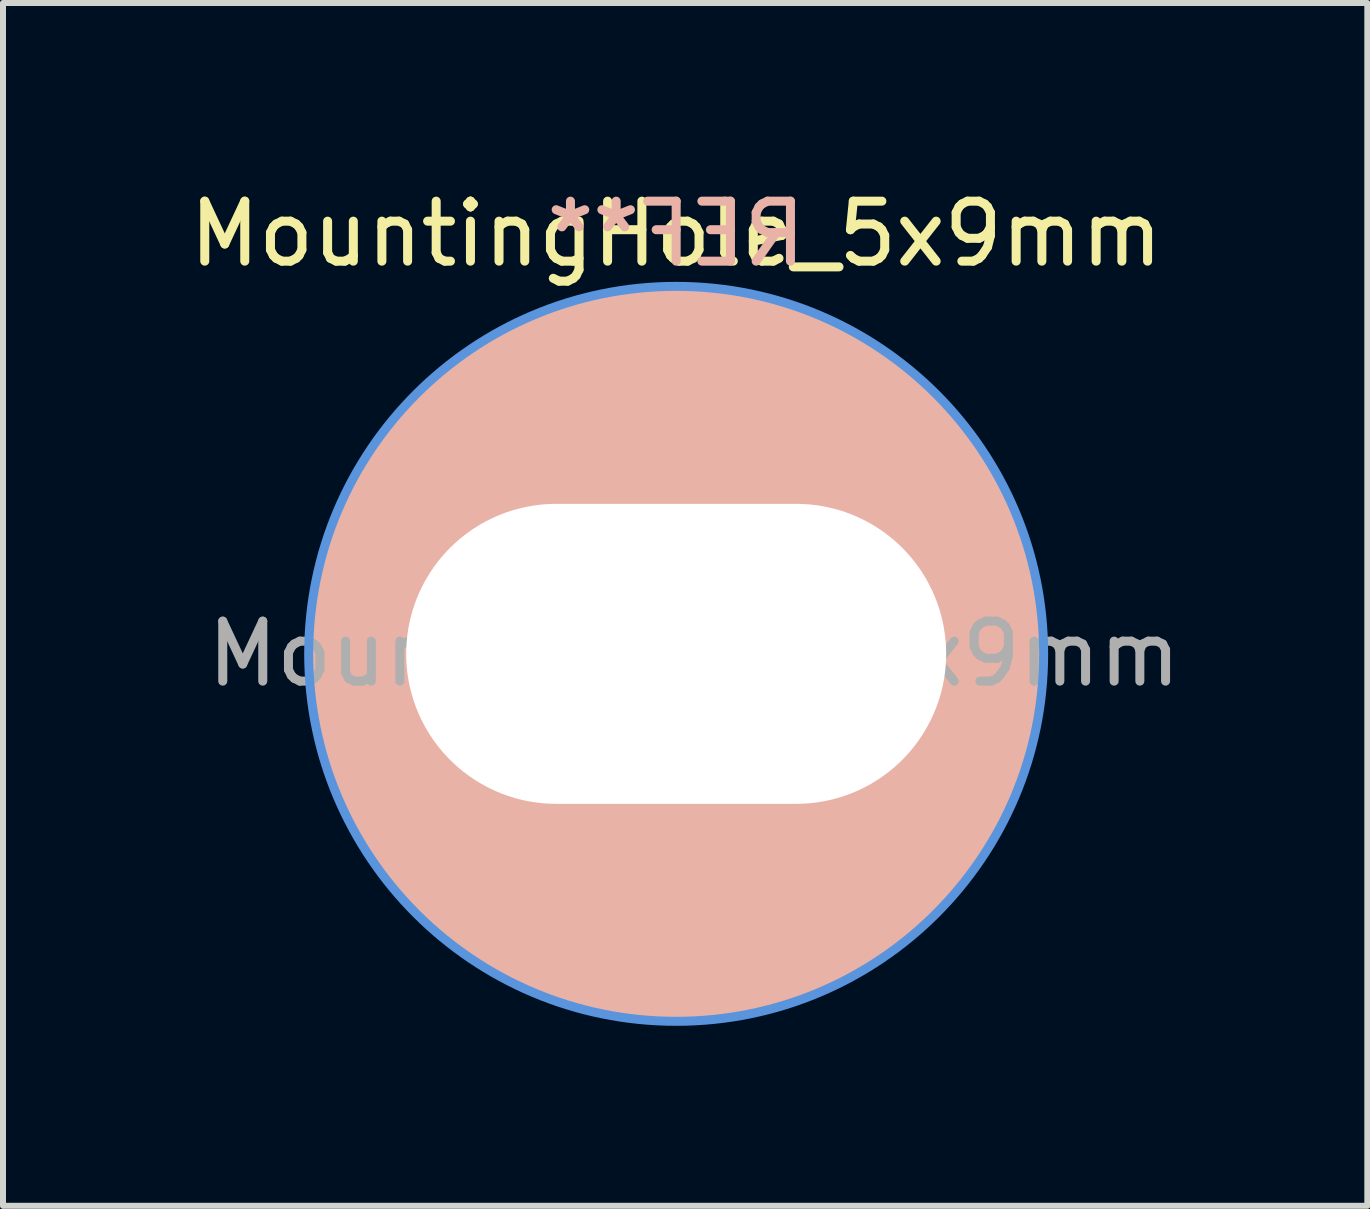
<source format=kicad_pcb>
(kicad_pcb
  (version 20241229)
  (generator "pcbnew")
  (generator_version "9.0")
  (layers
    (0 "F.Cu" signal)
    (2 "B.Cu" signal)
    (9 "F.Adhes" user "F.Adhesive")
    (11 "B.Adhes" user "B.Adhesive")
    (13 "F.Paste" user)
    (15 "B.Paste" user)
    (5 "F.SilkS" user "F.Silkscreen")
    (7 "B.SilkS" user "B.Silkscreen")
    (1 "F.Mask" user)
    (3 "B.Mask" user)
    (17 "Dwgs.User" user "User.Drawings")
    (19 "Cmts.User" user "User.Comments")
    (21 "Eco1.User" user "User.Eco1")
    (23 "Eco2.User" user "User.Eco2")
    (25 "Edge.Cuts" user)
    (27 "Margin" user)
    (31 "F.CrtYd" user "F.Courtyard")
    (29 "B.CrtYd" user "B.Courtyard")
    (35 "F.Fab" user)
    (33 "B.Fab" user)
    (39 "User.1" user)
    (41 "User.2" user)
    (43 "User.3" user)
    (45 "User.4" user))
  (footprint "MountingHole_5x9mm"
    (layer "F.Cu")
    (at 8.22 7.848)
    (property "Reference" "MountingHole_5x9mm" (at 0 -7 0) (layer "F.SilkS") (effects (font (size 1 1) (thickness 0.15))))
    (attr exclude_from_pos_files exclude_from_bom)
    (fp_circle (center 0 0) (end 4.1 0) (stroke (width 4) (type solid)) (fill no) (layer "F.SilkS"))
    (fp_circle (center 0 0) (end 4.1 0) (stroke (width 4) (type solid)) (fill no) (layer "B.SilkS"))
    (fp_circle (center 0 0) (end 6.125 0) (stroke (width 0.15) (type solid)) (fill no) (layer "Cmts.User"))
    (fp_circle (center 0 0) (end 6.125 0) (stroke (width 0.05) (type solid)) (fill no) (layer "F.CrtYd"))
    (fp_text user "REF**" (at 0 -7 0) (layer "B.SilkS") (effects (font (size 1 1) (thickness 0.15)) (justify mirror)))
    (fp_text user "${REFERENCE}" (at 0.3 0 0) (layer "F.Fab") (effects (font (size 1 1) (thickness 0.15))))
    (pad "" np_thru_hole oval (at 0 0) (size 9 5) (drill oval 9 5) (layers "*.Cu" "*.Mask")))
  (gr_rect
    (start -3 -3)
    (end 19.74 17.048)
    (stroke (width 0.1) (type default))
    (fill no)
    (layer "Edge.Cuts")))
</source>
